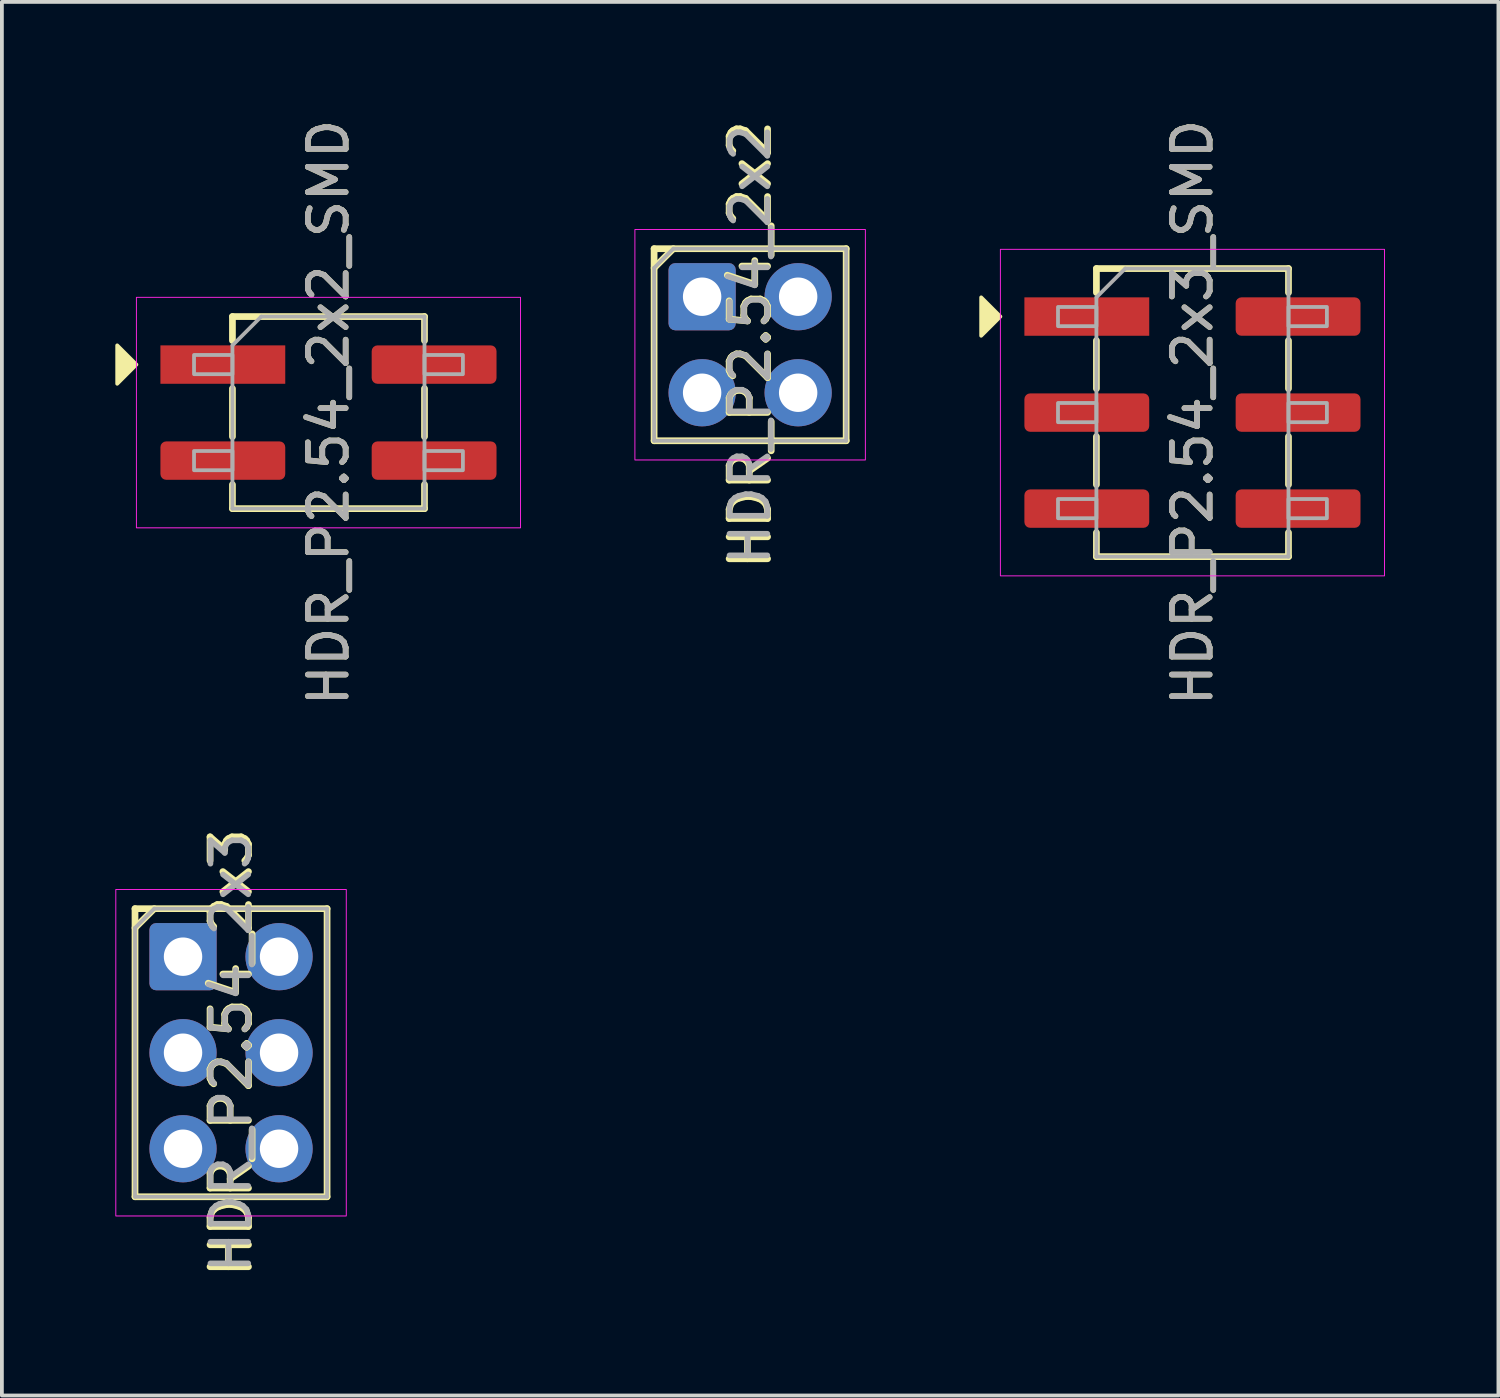
<source format=kicad_pcb>
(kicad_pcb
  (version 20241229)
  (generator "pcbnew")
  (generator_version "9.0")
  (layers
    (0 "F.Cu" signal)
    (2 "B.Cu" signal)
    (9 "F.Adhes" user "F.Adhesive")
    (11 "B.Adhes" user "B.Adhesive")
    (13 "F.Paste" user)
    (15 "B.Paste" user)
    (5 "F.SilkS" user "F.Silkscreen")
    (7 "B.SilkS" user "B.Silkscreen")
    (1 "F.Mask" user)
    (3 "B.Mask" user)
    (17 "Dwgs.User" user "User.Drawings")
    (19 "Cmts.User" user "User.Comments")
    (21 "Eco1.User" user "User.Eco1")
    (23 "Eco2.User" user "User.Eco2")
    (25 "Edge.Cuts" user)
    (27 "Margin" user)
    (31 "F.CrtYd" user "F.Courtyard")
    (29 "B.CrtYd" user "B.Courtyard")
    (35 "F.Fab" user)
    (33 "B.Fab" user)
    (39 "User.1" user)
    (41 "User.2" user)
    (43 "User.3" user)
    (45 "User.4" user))
  (footprint "HDR_P2.54_2x3_SMD"
    (layer "F.Cu")
    (at 28.49 7.863)
    (property "Reference" "HDR_P2.54_2x3_SMD" (at 0 0 90) (layer "F.SilkS") (effects (font (size 1 1) (thickness 0.15))))
    (attr smd)
    (fp_line (start -2.54 -3.81) (end -2.54 -3.175) (stroke (width 0.178) (type solid)) (layer "F.SilkS"))
    (fp_line (start -2.54 -0.635) (end -2.54 -1.905) (stroke (width 0.178) (type solid)) (layer "F.SilkS"))
    (fp_line (start -2.54 1.905) (end -2.54 0.635) (stroke (width 0.178) (type solid)) (layer "F.SilkS"))
    (fp_line (start -2.54 3.81) (end -2.54 3.175) (stroke (width 0.178) (type solid)) (layer "F.SilkS"))
    (fp_line (start 2.54 -3.81) (end -2.54 -3.81) (stroke (width 0.178) (type solid)) (layer "F.SilkS"))
    (fp_line (start 2.54 -3.175) (end 2.54 -3.81) (stroke (width 0.178) (type solid)) (layer "F.SilkS"))
    (fp_line (start 2.54 -0.635) (end 2.54 -1.905) (stroke (width 0.178) (type solid)) (layer "F.SilkS"))
    (fp_line (start 2.54 1.905) (end 2.54 0.635) (stroke (width 0.178) (type solid)) (layer "F.SilkS"))
    (fp_line (start 2.54 3.175) (end 2.54 3.81) (stroke (width 0.178) (type solid)) (layer "F.SilkS"))
    (fp_line (start 2.54 3.81) (end -2.54 3.81) (stroke (width 0.178) (type solid)) (layer "F.SilkS"))
    (fp_poly (pts (xy -5.08 -2.54) (xy -5.588 -2.032) (xy -5.588 -3.048)) (stroke (width 0.1) (type solid)) (fill yes) (layer "F.SilkS"))
    (fp_rect (start -5.08 -4.318) (end 5.08 4.318) (stroke (width 0.025) (type solid)) (fill no) (layer "F.CrtYd"))
    (fp_line (start -2.54 -3.048) (end -1.778 -3.81) (stroke (width 0.1) (type solid)) (layer "F.Fab"))
    (fp_line (start -2.54 3.81) (end -2.54 -3.048) (stroke (width 0.1) (type solid)) (layer "F.Fab"))
    (fp_line (start -1.778 -3.81) (end 2.54 -3.81) (stroke (width 0.1) (type solid)) (layer "F.Fab"))
    (fp_line (start 2.54 -3.81) (end 2.54 3.81) (stroke (width 0.1) (type solid)) (layer "F.Fab"))
    (fp_line (start 2.54 3.81) (end -2.54 3.81) (stroke (width 0.1) (type solid)) (layer "F.Fab"))
    (fp_rect (start -3.556 -2.794) (end -2.54 -2.286) (stroke (width 0.1) (type solid)) (fill no) (layer "F.Fab"))
    (fp_rect (start -3.556 -0.254) (end -2.54 0.254) (stroke (width 0.1) (type solid)) (fill no) (layer "F.Fab"))
    (fp_rect (start -3.556 2.286) (end -2.54 2.794) (stroke (width 0.1) (type solid)) (fill no) (layer "F.Fab"))
    (fp_rect (start 2.54 -2.794) (end 3.556 -2.286) (stroke (width 0.1) (type solid)) (fill no) (layer "F.Fab"))
    (fp_rect (start 2.54 -0.254) (end 3.556 0.254) (stroke (width 0.1) (type solid)) (fill no) (layer "F.Fab"))
    (fp_rect (start 2.54 2.286) (end 3.556 2.794) (stroke (width 0.1) (type solid)) (fill no) (layer "F.Fab"))
    (fp_text user "${REFERENCE}" (at 0 0 90) (layer "F.Fab") (effects (font (size 1 1) (thickness 0.15))))
    (pad "1" smd rect (at -2.794 -2.54) (size 3.302 1.016) (layers "F.Cu" "F.Mask" "F.Paste"))
    (pad "2" smd roundrect (at 2.794 -2.54) (size 3.302 1.016) (layers "F.Cu" "F.Mask" "F.Paste") (roundrect_rratio 0.15))
    (pad "3" smd roundrect (at -2.794 0) (size 3.302 1.016) (layers "F.Cu" "F.Mask" "F.Paste") (roundrect_rratio 0.15))
    (pad "4" smd roundrect (at 2.794 0) (size 3.302 1.016) (layers "F.Cu" "F.Mask" "F.Paste") (roundrect_rratio 0.15))
    (pad "5" smd roundrect (at -2.794 2.54) (size 3.302 1.016) (layers "F.Cu" "F.Mask" "F.Paste") (roundrect_rratio 0.15))
    (pad "6" smd roundrect (at 2.794 2.54) (size 3.302 1.016) (layers "F.Cu" "F.Mask" "F.Paste") (roundrect_rratio 0.15)))
  (footprint "HDR_P2.54_2x2_SMD"
    (layer "F.Cu")
    (at 5.638 7.863)
    (property "Reference" "HDR_P2.54_2x2_SMD" (at 0 0 90) (layer "F.SilkS") (effects (font (size 1 1) (thickness 0.15))))
    (attr smd)
    (fp_line (start -2.54 -2.54) (end -2.54 -1.905) (stroke (width 0.178) (type solid)) (layer "F.SilkS"))
    (fp_line (start -2.54 0.635) (end -2.54 -0.635) (stroke (width 0.178) (type solid)) (layer "F.SilkS"))
    (fp_line (start -2.54 2.54) (end -2.54 1.905) (stroke (width 0.178) (type solid)) (layer "F.SilkS"))
    (fp_line (start 2.54 -2.54) (end -2.54 -2.54) (stroke (width 0.178) (type solid)) (layer "F.SilkS"))
    (fp_line (start 2.54 -1.905) (end 2.54 -2.54) (stroke (width 0.178) (type solid)) (layer "F.SilkS"))
    (fp_line (start 2.54 0.635) (end 2.54 -0.635) (stroke (width 0.178) (type solid)) (layer "F.SilkS"))
    (fp_line (start 2.54 1.905) (end 2.54 2.54) (stroke (width 0.178) (type solid)) (layer "F.SilkS"))
    (fp_line (start 2.54 2.54) (end -2.54 2.54) (stroke (width 0.178) (type solid)) (layer "F.SilkS"))
    (fp_poly (pts (xy -5.08 -1.27) (xy -5.588 -0.762) (xy -5.588 -1.778)) (stroke (width 0.1) (type solid)) (fill yes) (layer "F.SilkS"))
    (fp_rect (start -5.08 -3.048) (end 5.08 3.048) (stroke (width 0.025) (type solid)) (fill no) (layer "F.CrtYd"))
    (fp_line (start -2.54 -1.778) (end -1.778 -2.54) (stroke (width 0.1) (type solid)) (layer "F.Fab"))
    (fp_line (start -2.54 2.54) (end -2.54 -1.778) (stroke (width 0.1) (type solid)) (layer "F.Fab"))
    (fp_line (start -1.778 -2.54) (end 2.54 -2.54) (stroke (width 0.1) (type solid)) (layer "F.Fab"))
    (fp_line (start 2.54 -2.54) (end 2.54 2.54) (stroke (width 0.1) (type solid)) (layer "F.Fab"))
    (fp_line (start 2.54 2.54) (end -2.54 2.54) (stroke (width 0.1) (type solid)) (layer "F.Fab"))
    (fp_rect (start -3.556 -1.524) (end -2.54 -1.016) (stroke (width 0.1) (type solid)) (fill no) (layer "F.Fab"))
    (fp_rect (start -3.556 1.016) (end -2.54 1.524) (stroke (width 0.1) (type solid)) (fill no) (layer "F.Fab"))
    (fp_rect (start 2.54 -1.524) (end 3.556 -1.016) (stroke (width 0.1) (type solid)) (fill no) (layer "F.Fab"))
    (fp_rect (start 2.54 1.016) (end 3.556 1.524) (stroke (width 0.1) (type solid)) (fill no) (layer "F.Fab"))
    (fp_text user "${REFERENCE}" (at 0 0 90) (layer "F.Fab") (effects (font (size 1 1) (thickness 0.15))))
    (pad "1" smd rect (at -2.794 -1.27) (size 3.302 1.016) (layers "F.Cu" "F.Mask" "F.Paste"))
    (pad "2" smd roundrect (at 2.794 -1.27) (size 3.302 1.016) (layers "F.Cu" "F.Mask" "F.Paste") (roundrect_rratio 0.15))
    (pad "3" smd roundrect (at -2.794 1.27) (size 3.302 1.016) (layers "F.Cu" "F.Mask" "F.Paste") (roundrect_rratio 0.15))
    (pad "4" smd roundrect (at 2.794 1.27) (size 3.302 1.016) (layers "F.Cu" "F.Mask" "F.Paste") (roundrect_rratio 0.15)))
  (footprint "HDR_P2.54_2x3"
    (layer "F.Cu")
    (at 3.061 24.794)
    (property "Reference" "HDR_P2.54_2x3" (at 0 0 90) (layer "F.SilkS") (effects (font (size 1.016 1.016) (thickness 0.178))))
    (attr through_hole)
    (fp_line (start -2.54 -3.81) (end -2.54 3.81) (stroke (width 0.178) (type solid)) (layer "F.SilkS"))
    (fp_line (start -2.54 -3.81) (end 2.54 -3.81) (stroke (width 0.178) (type solid)) (layer "F.SilkS"))
    (fp_line (start -2.54 -3.302) (end -2.032 -3.81) (stroke (width 0.178) (type solid)) (layer "F.SilkS"))
    (fp_line (start -2.54 3.81) (end 2.54 3.81) (stroke (width 0.178) (type solid)) (layer "F.SilkS"))
    (fp_line (start 2.54 -3.81) (end 2.54 3.81) (stroke (width 0.178) (type solid)) (layer "F.SilkS"))
    (fp_rect (start -3.048 -4.318) (end 3.048 4.318) (stroke (width 0.025) (type solid)) (fill no) (layer "F.CrtYd"))
    (fp_line (start -2.54 -3.302) (end -2.032 -3.81) (stroke (width 0.1) (type solid)) (layer "F.Fab"))
    (fp_line (start -2.54 3.81) (end -2.54 -3.302) (stroke (width 0.1) (type solid)) (layer "F.Fab"))
    (fp_line (start -2.032 -3.81) (end 2.54 -3.81) (stroke (width 0.1) (type solid)) (layer "F.Fab"))
    (fp_line (start 2.54 -3.81) (end 2.54 3.81) (stroke (width 0.1) (type solid)) (layer "F.Fab"))
    (fp_line (start 2.54 3.81) (end -2.54 3.81) (stroke (width 0.1) (type solid)) (layer "F.Fab"))
    (fp_text user "${REFERENCE}" (at 0 0 90) (layer "F.Fab") (effects (font (size 1 1) (thickness 0.15))))
    (pad "1" thru_hole roundrect (at -1.27 -2.54) (size 1.778 1.778) (drill 1.016) (layers "*.Cu" "*.Mask") (roundrect_rratio 0.1))
    (pad "2" thru_hole oval (at 1.27 -2.54) (size 1.778 1.778) (drill 1.016) (layers "*.Cu" "*.Mask"))
    (pad "3" thru_hole oval (at -1.27 0) (size 1.778 1.778) (drill 1.016) (layers "*.Cu" "*.Mask"))
    (pad "4" thru_hole oval (at 1.27 0) (size 1.778 1.778) (drill 1.016) (layers "*.Cu" "*.Mask"))
    (pad "5" thru_hole oval (at -1.27 2.54) (size 1.778 1.778) (drill 1.016) (layers "*.Cu" "*.Mask"))
    (pad "6" thru_hole oval (at 1.27 2.54) (size 1.778 1.778) (drill 1.016) (layers "*.Cu" "*.Mask")))
  (footprint "HDR_P2.54_2x2"
    (layer "F.Cu")
    (at 16.791 6.068)
    (property "Reference" "HDR_P2.54_2x2" (at 0 0 90) (layer "F.SilkS") (effects (font (size 1.016 1.016) (thickness 0.178))))
    (attr through_hole)
    (fp_line (start -2.54 -2.54) (end -2.54 2.54) (stroke (width 0.178) (type solid)) (layer "F.SilkS"))
    (fp_line (start -2.54 -2.54) (end 2.54 -2.54) (stroke (width 0.178) (type solid)) (layer "F.SilkS"))
    (fp_line (start -2.54 -2.032) (end -2.032 -2.54) (stroke (width 0.178) (type solid)) (layer "F.SilkS"))
    (fp_line (start -2.54 2.54) (end 2.54 2.54) (stroke (width 0.178) (type solid)) (layer "F.SilkS"))
    (fp_line (start 2.54 -2.54) (end 2.54 2.54) (stroke (width 0.178) (type solid)) (layer "F.SilkS"))
    (fp_rect (start -3.048 -3.048) (end 3.048 3.048) (stroke (width 0.025) (type solid)) (fill no) (layer "F.CrtYd"))
    (fp_line (start -2.54 -2.032) (end -2.032 -2.54) (stroke (width 0.1) (type solid)) (layer "F.Fab"))
    (fp_line (start -2.54 2.54) (end -2.54 -2.032) (stroke (width 0.1) (type solid)) (layer "F.Fab"))
    (fp_line (start -2.032 -2.54) (end 2.54 -2.54) (stroke (width 0.1) (type solid)) (layer "F.Fab"))
    (fp_line (start 2.54 -2.54) (end 2.54 2.54) (stroke (width 0.1) (type solid)) (layer "F.Fab"))
    (fp_line (start 2.54 2.54) (end -2.54 2.54) (stroke (width 0.1) (type solid)) (layer "F.Fab"))
    (fp_text user "${REFERENCE}" (at 0 0 90) (layer "F.Fab") (effects (font (size 1 1) (thickness 0.15))))
    (pad "1" thru_hole roundrect (at -1.27 -1.27) (size 1.778 1.778) (drill 1.016) (layers "*.Cu" "*.Mask") (roundrect_rratio 0.1))
    (pad "2" thru_hole oval (at 1.27 -1.27) (size 1.778 1.778) (drill 1.016) (layers "*.Cu" "*.Mask"))
    (pad "3" thru_hole oval (at -1.27 1.27) (size 1.778 1.778) (drill 1.016) (layers "*.Cu" "*.Mask"))
    (pad "4" thru_hole oval (at 1.27 1.27) (size 1.778 1.778) (drill 1.016) (layers "*.Cu" "*.Mask")))
  (gr_rect
    (start -3 -3)
    (end 36.583 33.861)
    (stroke (width 0.1) (type default))
    (fill no)
    (layer "Edge.Cuts")))
</source>
